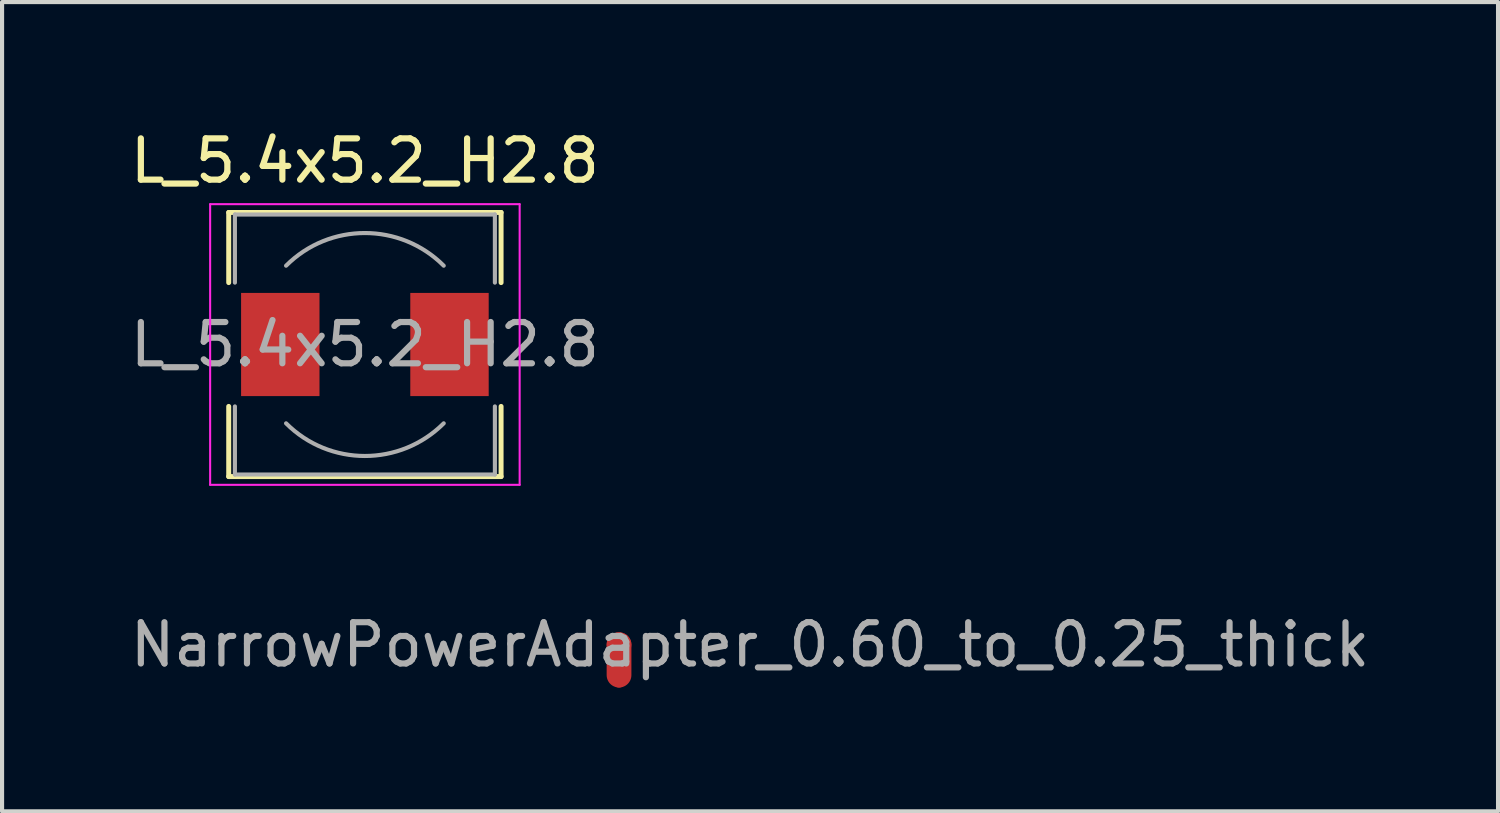
<source format=kicad_pcb>
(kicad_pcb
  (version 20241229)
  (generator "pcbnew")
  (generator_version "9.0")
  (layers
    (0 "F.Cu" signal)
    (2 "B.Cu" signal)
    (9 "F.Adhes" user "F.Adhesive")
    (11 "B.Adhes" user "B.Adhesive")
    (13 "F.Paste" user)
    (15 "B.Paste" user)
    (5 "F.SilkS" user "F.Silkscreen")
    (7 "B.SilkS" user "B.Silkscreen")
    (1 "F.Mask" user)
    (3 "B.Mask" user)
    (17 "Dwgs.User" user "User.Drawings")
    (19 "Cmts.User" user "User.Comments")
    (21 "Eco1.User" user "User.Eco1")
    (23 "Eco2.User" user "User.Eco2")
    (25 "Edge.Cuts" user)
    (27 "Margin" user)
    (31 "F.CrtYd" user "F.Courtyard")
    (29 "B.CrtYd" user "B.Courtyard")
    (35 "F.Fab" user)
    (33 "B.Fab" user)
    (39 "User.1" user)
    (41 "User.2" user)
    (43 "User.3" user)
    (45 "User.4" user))
  (footprint "NarrowPowerAdapter_0.60_to_0.25_thick"
    (layer "F.Cu")
    (at 11.95 12.572)
    (property "Reference" "NarrowPowerAdapter_0.60_to_0.25_thick" (at 3.175 0 0) (layer "F.Fab") (effects (font (size 1 1) (thickness 0.15))))
    (attr exclude_from_pos_files exclude_from_bom)
    (fp_line (start 0 0) (end 0 0.737) (stroke (width 0.6) (type solid)) (layer "F.Cu"))
    (pad "1" smd circle (at 0 0) (size 0.6 0.6) (layers "F.Cu"))
    (pad "2" smd circle (at 0 0.889) (size 0.3 0.3) (layers "F.Cu")))
  (footprint "L_5.4x5.2_H2.8"
    (layer "F.Cu")
    (at 5.792 5.298)
    (property "Reference" "L_5.4x5.2_H2.8" (at 0 -4.45 0) (layer "F.SilkS") (effects (font (size 1 1) (thickness 0.15))))
    (attr smd)
    (fp_line (start -3.3 -3.2) (end 3.3 -3.2) (stroke (width 0.12) (type solid)) (layer "F.SilkS"))
    (fp_line (start -3.3 -1.5) (end -3.3 -3.2) (stroke (width 0.12) (type solid)) (layer "F.SilkS"))
    (fp_line (start -3.3 3.2) (end -3.3 1.5) (stroke (width 0.12) (type solid)) (layer "F.SilkS"))
    (fp_line (start 3.3 -3.2) (end 3.3 -1.5) (stroke (width 0.12) (type solid)) (layer "F.SilkS"))
    (fp_line (start 3.3 1.5) (end 3.3 3.2) (stroke (width 0.12) (type solid)) (layer "F.SilkS"))
    (fp_line (start 3.3 3.2) (end -3.3 3.2) (stroke (width 0.12) (type solid)) (layer "F.SilkS"))
    (fp_line (start -3.75 -3.4) (end -3.75 3.4) (stroke (width 0.05) (type solid)) (layer "F.CrtYd"))
    (fp_line (start -3.75 3.4) (end 3.75 3.4) (stroke (width 0.05) (type solid)) (layer "F.CrtYd"))
    (fp_line (start 3.75 -3.4) (end -3.75 -3.4) (stroke (width 0.05) (type solid)) (layer "F.CrtYd"))
    (fp_line (start 3.75 3.4) (end 3.75 -3.4) (stroke (width 0.05) (type solid)) (layer "F.CrtYd"))
    (fp_line (start -3.15 -3.15) (end -3.15 -1.5) (stroke (width 0.1) (type solid)) (layer "F.Fab"))
    (fp_line (start -3.15 -3.15) (end 3.15 -3.15) (stroke (width 0.1) (type solid)) (layer "F.Fab"))
    (fp_line (start -3.15 3.15) (end -3.15 1.5) (stroke (width 0.1) (type solid)) (layer "F.Fab"))
    (fp_line (start -3.15 3.15) (end 3.15 3.15) (stroke (width 0.1) (type solid)) (layer "F.Fab"))
    (fp_line (start 3.15 -3.15) (end 3.15 -1.5) (stroke (width 0.1) (type solid)) (layer "F.Fab"))
    (fp_line (start 3.15 3.15) (end 3.15 1.5) (stroke (width 0.1) (type solid)) (layer "F.Fab"))
    (fp_arc (start -1.91 -1.91) (mid 0 -2.701148) (end 1.91 -1.91) (stroke (width 0.1) (type solid)) (layer "F.Fab"))
    (fp_arc (start 1.91 1.91) (mid 0 2.701148) (end -1.91 1.91) (stroke (width 0.1) (type solid)) (layer "F.Fab"))
    (fp_text user "${REFERENCE}" (at 0 0 0) (layer "F.Fab") (effects (font (size 1 1) (thickness 0.15))))
    (pad "1" smd rect (at -2.05 0) (size 1.9 2.5) (layers "F.Cu" "F.Mask" "F.Paste"))
    (pad "2" smd rect (at 2.05 0) (size 1.9 2.5) (layers "F.Cu" "F.Mask" "F.Paste")))
  (gr_rect
    (start -3 -3)
    (end 33.25 16.61)
    (stroke (width 0.1) (type default))
    (fill no)
    (layer "Edge.Cuts")))
</source>
